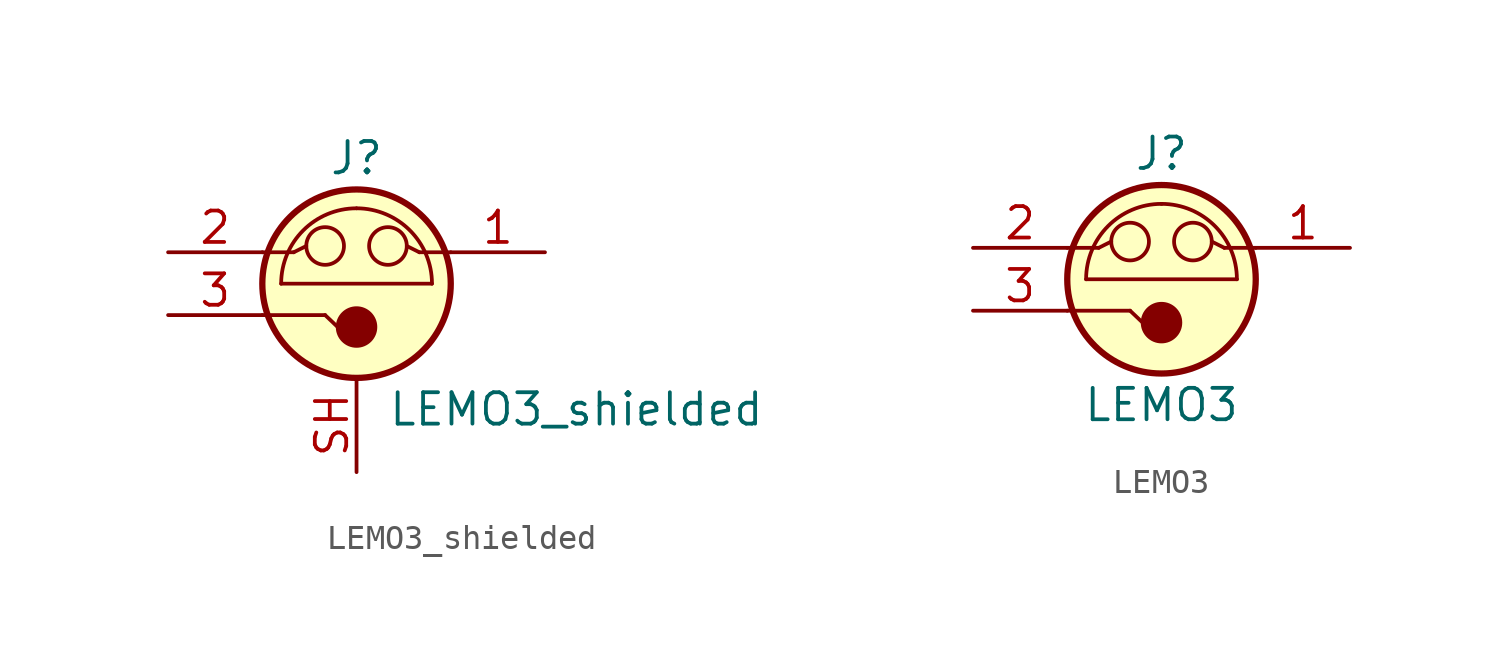
<source format=kicad_sym>
(kicad_symbol_lib
  (version 20231120)
  (generator "kicad_symbol_editor")
  (generator_version "8.0")
  (symbol "LEMO3_shielded"
    (pin_names
      (offset 1.016) hide)
    (property "Reference" "J"
      (at 0 6.35 0)
      (effects (font (size 1.27 1.27))))
    (property "Value" "LEMO3_shielded"
      (at 8.89 -3.81 0)
      (effects (font (size 1.27 1.27))))
    (symbol "LEMO3_shielded_0_1"
      (circle (center -1.27 2.794) (radius 0.762) (stroke (width 0) (type solid)) (fill (type none)))
      (circle (center 0 -0.483) (radius 0.762) (stroke (width 0) (type solid)) (fill (type outline)))
      (polyline (pts (xy -3.81 0) (xy -1.27 0)) (stroke (width 0) (type solid)) (fill (type none)))
      (polyline (pts (xy -3.048 1.27) (xy 3.048 1.27)) (stroke (width 0) (type solid)) (fill (type none)))
      (polyline (pts (xy -2.54 2.54) (xy -2.032 2.794)) (stroke (width 0) (type solid)) (fill (type none)))
      (polyline (pts (xy -0.762 -0.483) (xy -1.27 0)) (stroke (width 0) (type solid)) (fill (type none)))
      (polyline (pts (xy 2.54 2.54) (xy 3.81 2.54)) (stroke (width 0) (type solid)) (fill (type none)))
      (circle (center 0 1.27) (radius 3.81) (stroke (width 0.254) (type solid)) (fill (type background))))
    (symbol "LEMO3_shielded_1_1"
      (polyline (pts (xy -2.54 2.54) (xy -3.81 2.54)) (stroke (width 0) (type solid)) (fill (type none)))
      (polyline (pts (xy 2.54 2.54) (xy 2.032 2.794)) (stroke (width 0) (type solid)) (fill (type none)))
      (arc (start 0 4.318) (mid -2.1553 3.4253) (end -3.048 1.27) (stroke (width 0) (type solid)) (fill (type none)))
      (circle (center 1.27 2.794) (radius 0.762) (stroke (width 0) (type solid)) (fill (type none)))
      (arc (start 3.048 1.27) (mid 2.1553 3.4253) (end 0 4.318) (stroke (width 0) (type solid)) (fill (type none)))
      (pin passive line (at 7.62 2.54 180) (length 3.81) (name "~" (effects (font (size 1.27 1.27)))) (number "1" (effects (font (size 1.27 1.27)))))
      (pin passive line (at -7.62 2.54 0) (length 3.81) (name "~" (effects (font (size 1.27 1.27)))) (number "2" (effects (font (size 1.27 1.27)))))
      (pin passive line (at -7.62 0 0) (length 3.81) (name "~" (effects (font (size 1.27 1.27)))) (number "3" (effects (font (size 1.27 1.27)))))
      (pin passive line (at 0 -6.35 90) (length 3.81) (name "~" (effects (font (size 1.27 1.27)))) (number "SH" (effects (font (size 1.27 1.27)))))))
  (symbol "LEMO3"
    (pin_names
      (offset 1.016) hide)
    (property "Reference" "J"
      (at 0 6.35 0)
      (effects (font (size 1.27 1.27))))
    (property "Value" "LEMO3"
      (at 0 -3.81 0)
      (effects (font (size 1.27 1.27))))
    (symbol "LEMO3_1_1"
      (circle (center -1.27 2.794) (radius 0.762) (stroke (width 0) (type solid)) (fill (type none)))
      (circle (center 0 -0.483) (radius 0.762) (stroke (width 0) (type solid)) (fill (type outline)))
      (polyline (pts (xy -3.81 0) (xy -1.27 0)) (stroke (width 0) (type solid)) (fill (type none)))
      (polyline (pts (xy -3.048 1.27) (xy 3.048 1.27)) (stroke (width 0) (type solid)) (fill (type none)))
      (polyline (pts (xy -2.54 2.54) (xy -3.81 2.54)) (stroke (width 0) (type solid)) (fill (type none)))
      (polyline (pts (xy -2.54 2.54) (xy -2.032 2.794)) (stroke (width 0) (type solid)) (fill (type none)))
      (polyline (pts (xy -0.762 -0.483) (xy -1.27 0)) (stroke (width 0) (type solid)) (fill (type none)))
      (polyline (pts (xy 2.54 2.54) (xy 2.032 2.794)) (stroke (width 0) (type solid)) (fill (type none)))
      (polyline (pts (xy 2.54 2.54) (xy 3.81 2.54)) (stroke (width 0) (type solid)) (fill (type none)))
      (circle (center 0 1.27) (radius 3.81) (stroke (width 0.254) (type solid)) (fill (type background)))
      (arc (start 0 4.318) (mid -2.1553 3.4253) (end -3.048 1.27) (stroke (width 0) (type solid)) (fill (type none)))
      (circle (center 1.27 2.794) (radius 0.762) (stroke (width 0) (type solid)) (fill (type none)))
      (arc (start 3.048 1.27) (mid 2.1553 3.4253) (end 0 4.318) (stroke (width 0) (type solid)) (fill (type none)))
      (pin passive line (at 7.62 2.54 180) (length 3.81) (name "~" (effects (font (size 1.27 1.27)))) (number "1" (effects (font (size 1.27 1.27)))))
      (pin passive line (at -7.62 2.54 0) (length 3.81) (name "~" (effects (font (size 1.27 1.27)))) (number "2" (effects (font (size 1.27 1.27)))))
      (pin passive line (at -7.62 0 0) (length 3.81) (name "~" (effects (font (size 1.27 1.27)))) (number "3" (effects (font (size 1.27 1.27))))))))
</source>
